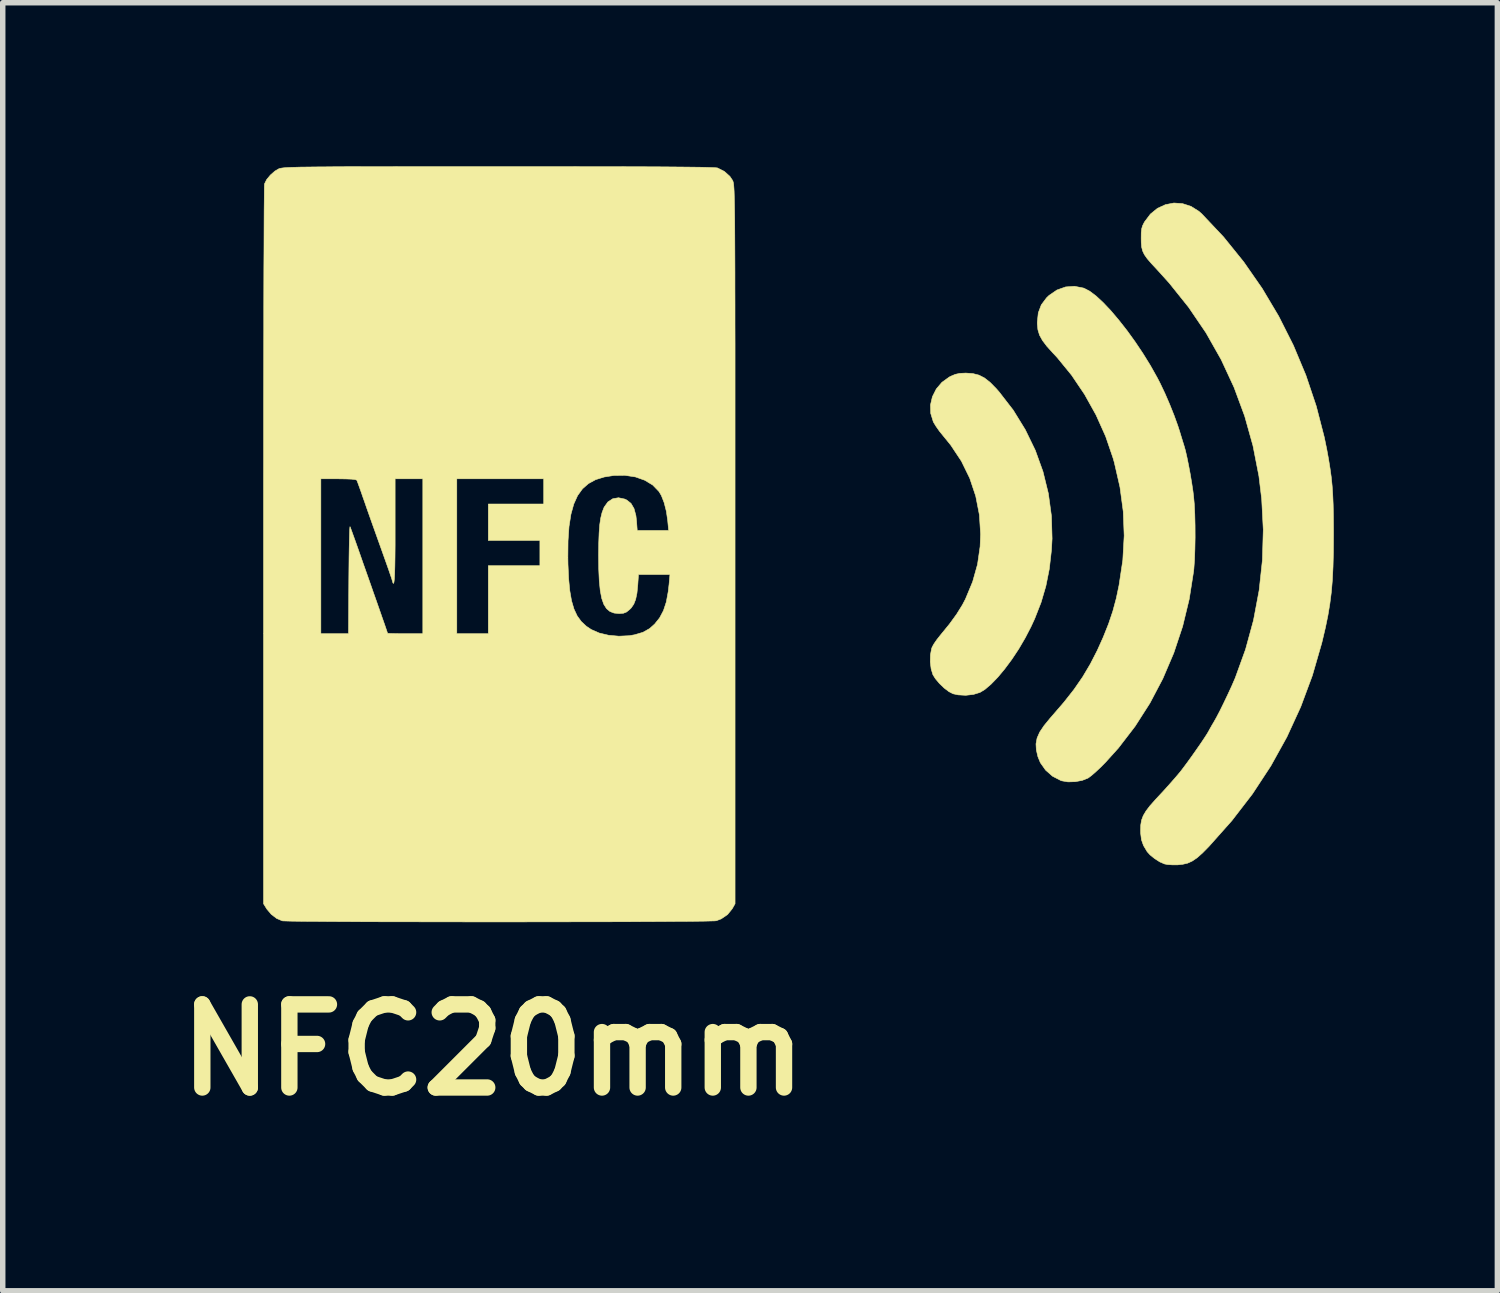
<source format=kicad_pcb>
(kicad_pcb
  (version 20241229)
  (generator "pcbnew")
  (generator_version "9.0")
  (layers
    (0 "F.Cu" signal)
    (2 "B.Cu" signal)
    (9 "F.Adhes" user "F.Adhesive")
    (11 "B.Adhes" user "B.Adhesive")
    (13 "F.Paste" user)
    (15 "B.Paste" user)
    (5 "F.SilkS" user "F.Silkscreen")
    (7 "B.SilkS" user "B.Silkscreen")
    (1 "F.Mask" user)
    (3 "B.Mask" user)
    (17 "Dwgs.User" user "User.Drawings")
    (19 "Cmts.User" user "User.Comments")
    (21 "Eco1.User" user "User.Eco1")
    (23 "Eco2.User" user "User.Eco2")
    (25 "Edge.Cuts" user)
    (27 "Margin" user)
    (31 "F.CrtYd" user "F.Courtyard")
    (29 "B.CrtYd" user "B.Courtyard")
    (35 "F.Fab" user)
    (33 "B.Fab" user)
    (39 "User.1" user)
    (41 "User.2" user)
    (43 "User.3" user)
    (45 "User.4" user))
  (footprint "NFC20mm"
    (layer "F.Cu")
    (at 11.054 7.024)
    (property "Reference" "NFC20mm" (at -5.06 9.18 0) (layer "F.SilkS") (effects (font (size 1.524 1.524) (thickness 0.3))))
    (attr through_hole)
    (fp_poly (pts (xy 3.612 -3.232) (xy 3.738 -3.223) (xy 3.848 -3.195) (xy 3.95 -3.143) (xy 4.054 -3.061) (xy 4.167 -2.946) (xy 4.217 -2.889) (xy 4.478 -2.552) (xy 4.699 -2.193) (xy 4.882 -1.816) (xy 5.023 -1.425) (xy 5.122 -1.022) (xy 5.178 -0.611) (xy 5.19 -0.196) (xy 5.178 0.017) (xy 5.139 0.36) (xy 5.076 0.674) (xy 4.988 0.974) (xy 4.87 1.275) (xy 4.801 1.424) (xy 4.696 1.626) (xy 4.579 1.826) (xy 4.453 2.016) (xy 4.323 2.191) (xy 4.194 2.346) (xy 4.07 2.474) (xy 3.956 2.571) (xy 3.868 2.624) (xy 3.748 2.661) (xy 3.607 2.677) (xy 3.466 2.669) (xy 3.374 2.649) (xy 3.298 2.61) (xy 3.21 2.543) (xy 3.123 2.459) (xy 3.049 2.371) (xy 3.004 2.298) (xy 2.972 2.193) (xy 2.956 2.066) (xy 2.959 1.936) (xy 2.98 1.823) (xy 2.99 1.794) (xy 3.022 1.736) (xy 3.074 1.66) (xy 3.137 1.58) (xy 3.146 1.569) (xy 3.309 1.369) (xy 3.439 1.19) (xy 3.543 1.023) (xy 3.6 0.915) (xy 3.733 0.595) (xy 3.823 0.275) (xy 3.87 -0.051) (xy 3.879 -0.277) (xy 3.857 -0.632) (xy 3.79 -0.975) (xy 3.68 -1.304) (xy 3.527 -1.617) (xy 3.331 -1.912) (xy 3.196 -2.078) (xy 3.126 -2.164) (xy 3.062 -2.255) (xy 3.015 -2.332) (xy 3.01 -2.344) (xy 2.964 -2.494) (xy 2.96 -2.648) (xy 2.995 -2.799) (xy 3.066 -2.94) (xy 3.17 -3.063) (xy 3.305 -3.16) (xy 3.33 -3.173) (xy 3.414 -3.209) (xy 3.497 -3.227) (xy 3.601 -3.232) (xy 3.612 -3.232)) (stroke (width 0.01) (type solid)) (fill yes) (layer "F.SilkS"))
    (fp_poly (pts (xy 5.768 -4.791) (xy 5.78 -4.786) (xy 5.88 -4.734) (xy 5.998 -4.645) (xy 6.128 -4.524) (xy 6.269 -4.375) (xy 6.415 -4.202) (xy 6.565 -4.011) (xy 6.713 -3.806) (xy 6.857 -3.591) (xy 6.993 -3.371) (xy 7.117 -3.15) (xy 7.171 -3.046) (xy 7.259 -2.861) (xy 7.346 -2.66) (xy 7.427 -2.457) (xy 7.495 -2.269) (xy 7.527 -2.171) (xy 7.557 -2.071) (xy 7.587 -1.974) (xy 7.61 -1.9) (xy 7.611 -1.898) (xy 7.636 -1.809) (xy 7.664 -1.686) (xy 7.694 -1.538) (xy 7.724 -1.378) (xy 7.751 -1.216) (xy 7.774 -1.063) (xy 7.784 -0.981) (xy 7.798 -0.829) (xy 7.807 -0.642) (xy 7.812 -0.435) (xy 7.813 -0.218) (xy 7.809 -0.006) (xy 7.802 0.191) (xy 7.79 0.358) (xy 7.785 0.404) (xy 7.705 0.913) (xy 7.584 1.413) (xy 7.422 1.9) (xy 7.221 2.371) (xy 6.984 2.821) (xy 6.712 3.246) (xy 6.407 3.643) (xy 6.17 3.906) (xy 6.08 3.997) (xy 5.991 4.08) (xy 5.914 4.147) (xy 5.857 4.19) (xy 5.851 4.194) (xy 5.744 4.237) (xy 5.615 4.261) (xy 5.482 4.265) (xy 5.366 4.245) (xy 5.349 4.239) (xy 5.198 4.161) (xy 5.071 4.049) (xy 4.975 3.913) (xy 4.93 3.803) (xy 4.901 3.679) (xy 4.895 3.568) (xy 4.915 3.461) (xy 4.963 3.352) (xy 5.043 3.233) (xy 5.156 3.095) (xy 5.19 3.056) (xy 5.406 2.806) (xy 5.591 2.571) (xy 5.75 2.341) (xy 5.89 2.105) (xy 6.019 1.854) (xy 6.127 1.614) (xy 6.226 1.366) (xy 6.304 1.134) (xy 6.368 0.896) (xy 6.418 0.658) (xy 6.487 0.199) (xy 6.512 -0.25) (xy 6.495 -0.694) (xy 6.435 -1.14) (xy 6.331 -1.594) (xy 6.308 -1.674) (xy 6.172 -2.072) (xy 5.996 -2.464) (xy 5.786 -2.841) (xy 5.547 -3.195) (xy 5.283 -3.518) (xy 5.209 -3.597) (xy 5.095 -3.723) (xy 5.014 -3.83) (xy 4.96 -3.928) (xy 4.93 -4.026) (xy 4.919 -4.133) (xy 4.919 -4.166) (xy 4.937 -4.337) (xy 4.992 -4.483) (xy 5.088 -4.612) (xy 5.136 -4.658) (xy 5.28 -4.756) (xy 5.437 -4.812) (xy 5.601 -4.824) (xy 5.768 -4.791)) (stroke (width 0.01) (type solid)) (fill yes) (layer "F.SilkS"))
    (fp_poly (pts (xy 7.582 -6.34) (xy 7.737 -6.29) (xy 7.882 -6.199) (xy 7.937 -6.15) (xy 8.336 -5.727) (xy 8.705 -5.27) (xy 9.043 -4.784) (xy 9.347 -4.273) (xy 9.615 -3.741) (xy 9.845 -3.191) (xy 10.034 -2.628) (xy 10.182 -2.055) (xy 10.227 -1.836) (xy 10.261 -1.649) (xy 10.288 -1.481) (xy 10.31 -1.322) (xy 10.326 -1.163) (xy 10.337 -0.997) (xy 10.345 -0.815) (xy 10.349 -0.607) (xy 10.351 -0.365) (xy 10.351 -0.254) (xy 10.349 0.052) (xy 10.342 0.321) (xy 10.33 0.563) (xy 10.311 0.785) (xy 10.284 0.997) (xy 10.249 1.209) (xy 10.204 1.429) (xy 10.148 1.667) (xy 10.135 1.72) (xy 9.963 2.315) (xy 9.75 2.888) (xy 9.496 3.441) (xy 9.201 3.973) (xy 8.865 4.485) (xy 8.486 4.977) (xy 8.068 5.447) (xy 7.949 5.568) (xy 7.85 5.656) (xy 7.76 5.717) (xy 7.674 5.756) (xy 7.582 5.777) (xy 7.497 5.786) (xy 7.401 5.787) (xy 7.312 5.781) (xy 7.252 5.77) (xy 7.165 5.732) (xy 7.071 5.672) (xy 6.987 5.604) (xy 6.933 5.544) (xy 6.866 5.431) (xy 6.829 5.326) (xy 6.814 5.206) (xy 6.813 5.154) (xy 6.816 5.054) (xy 6.831 4.966) (xy 6.862 4.884) (xy 6.912 4.799) (xy 6.986 4.702) (xy 7.089 4.586) (xy 7.146 4.525) (xy 7.247 4.416) (xy 7.352 4.299) (xy 7.45 4.187) (xy 7.529 4.094) (xy 7.54 4.081) (xy 7.599 4.004) (xy 7.671 3.907) (xy 7.751 3.796) (xy 7.832 3.681) (xy 7.91 3.569) (xy 7.978 3.468) (xy 8.031 3.386) (xy 8.063 3.332) (xy 8.066 3.325) (xy 8.087 3.287) (xy 8.122 3.225) (xy 8.152 3.175) (xy 8.205 3.081) (xy 8.271 2.955) (xy 8.342 2.81) (xy 8.415 2.657) (xy 8.484 2.508) (xy 8.542 2.374) (xy 8.55 2.355) (xy 8.738 1.835) (xy 8.884 1.3) (xy 8.987 0.753) (xy 9.047 0.198) (xy 9.063 -0.361) (xy 9.034 -0.92) (xy 8.983 -1.343) (xy 8.874 -1.9) (xy 8.722 -2.443) (xy 8.527 -2.97) (xy 8.291 -3.479) (xy 8.013 -3.97) (xy 7.694 -4.439) (xy 7.336 -4.886) (xy 7.119 -5.126) (xy 7.013 -5.24) (xy 6.936 -5.329) (xy 6.883 -5.404) (xy 6.85 -5.473) (xy 6.832 -5.545) (xy 6.825 -5.628) (xy 6.824 -5.703) (xy 6.825 -5.806) (xy 6.833 -5.879) (xy 6.85 -5.936) (xy 6.879 -5.994) (xy 6.886 -6.006) (xy 6.993 -6.148) (xy 7.123 -6.254) (xy 7.269 -6.321) (xy 7.424 -6.351) (xy 7.582 -6.34)) (stroke (width 0.01) (type solid)) (fill yes) (layer "F.SilkS"))
    (fp_poly (pts (xy -4.421 -7.019) (xy -3.924 -7.019) (xy -3.471 -7.018) (xy -3.06 -7.018) (xy -2.69 -7.017) (xy -2.359 -7.016) (xy -2.067 -7.015) (xy -1.812 -7.013) (xy -1.592 -7.011) (xy -1.407 -7.009) (xy -1.255 -7.007) (xy -1.134 -7.004) (xy -1.044 -7.001) (xy -0.983 -6.998) (xy -0.95 -6.995) (xy -0.944 -6.993) (xy -0.821 -6.931) (xy -0.719 -6.84) (xy -0.669 -6.765) (xy -0.665 -6.756) (xy -0.661 -6.745) (xy -0.657 -6.731) (xy -0.653 -6.713) (xy -0.65 -6.689) (xy -0.647 -6.656) (xy -0.644 -6.615) (xy -0.641 -6.562) (xy -0.639 -6.497) (xy -0.637 -6.418) (xy -0.635 -6.323) (xy -0.633 -6.211) (xy -0.631 -6.079) (xy -0.63 -5.927) (xy -0.629 -5.753) (xy -0.628 -5.555) (xy -0.627 -5.332) (xy -0.626 -5.082) (xy -0.626 -4.803) (xy -0.625 -4.494) (xy -0.625 -4.153) (xy -0.624 -3.779) (xy -0.624 -3.37) (xy -0.624 -2.925) (xy -0.624 -2.441) (xy -0.624 -1.917) (xy -0.624 -1.352) (xy -0.624 -0.744) (xy -0.624 -0.092) (xy -0.624 -0.088) (xy -0.624 6.5) (xy -0.676 6.592) (xy -0.762 6.698) (xy -0.878 6.777) (xy -0.967 6.811) (xy -0.999 6.814) (xy -1.074 6.816) (xy -1.19 6.819) (xy -1.343 6.821) (xy -1.531 6.823) (xy -1.75 6.824) (xy -1.997 6.826) (xy -2.271 6.827) (xy -2.567 6.829) (xy -2.883 6.83) (xy -3.216 6.831) (xy -3.563 6.831) (xy -3.921 6.832) (xy -4.287 6.832) (xy -4.658 6.833) (xy -5.032 6.833) (xy -5.405 6.833) (xy -5.774 6.832) (xy -6.137 6.832) (xy -6.49 6.831) (xy -6.831 6.831) (xy -7.157 6.83) (xy -7.464 6.829) (xy -7.751 6.827) (xy -8.013 6.826) (xy -8.249 6.824) (xy -8.454 6.823) (xy -8.627 6.821) (xy -8.763 6.819) (xy -8.862 6.816) (xy -8.918 6.814) (xy -8.93 6.812) (xy -9.031 6.769) (xy -9.129 6.694) (xy -9.21 6.598) (xy -9.217 6.587) (xy -9.271 6.5) (xy -9.271 -0.069) (xy -9.271 -0.618) (xy -9.271 -1.154) (xy -9.271 -1.293) (xy -8.22 -1.293) (xy -8.22 1.547) (xy -7.713 1.547) (xy -7.707 0.548) (xy -7.705 0.34) (xy -7.703 0.148) (xy -7.7 -0.023) (xy -7.697 -0.169) (xy -7.694 -0.285) (xy -7.691 -0.367) (xy -7.687 -0.41) (xy -7.685 -0.416) (xy -7.68 -0.403) (xy -7.672 -0.383) (xy -7.661 -0.353) (xy -7.645 -0.309) (xy -7.623 -0.248) (xy -7.593 -0.165) (xy -7.555 -0.058) (xy -7.507 0.078) (xy -7.449 0.245) (xy -7.377 0.448) (xy -7.292 0.69) (xy -7.264 0.771) (xy -7.201 0.949) (xy -7.144 1.112) (xy -7.094 1.256) (xy -7.052 1.375) (xy -7.021 1.466) (xy -7.002 1.522) (xy -6.997 1.539) (xy -6.975 1.542) (xy -6.915 1.544) (xy -6.826 1.546) (xy -6.715 1.547) (xy -6.673 1.547) (xy -6.35 1.547) (xy -6.35 -1.293) (xy -5.727 -1.293) (xy -5.727 1.547) (xy -5.149 1.547) (xy -5.149 0.3) (xy -4.203 0.3) (xy -4.203 0.146) (xy -3.69 0.146) (xy -3.688 0.274) (xy -3.676 0.536) (xy -3.655 0.757) (xy -3.623 0.942) (xy -3.578 1.095) (xy -3.519 1.221) (xy -3.444 1.324) (xy -3.352 1.41) (xy -3.261 1.471) (xy -3.115 1.535) (xy -2.942 1.576) (xy -2.754 1.593) (xy -2.564 1.584) (xy -2.466 1.567) (xy -2.314 1.522) (xy -2.191 1.453) (xy -2.098 1.37) (xy -2.007 1.256) (xy -1.937 1.124) (xy -1.885 0.967) (xy -1.85 0.778) (xy -1.834 0.641) (xy -1.818 0.462) (xy -2.395 0.462) (xy -2.408 0.652) (xy -2.423 0.804) (xy -2.447 0.918) (xy -2.481 1.005) (xy -2.529 1.075) (xy -2.556 1.102) (xy -2.615 1.15) (xy -2.671 1.172) (xy -2.749 1.178) (xy -2.75 1.178) (xy -2.842 1.169) (xy -2.918 1.14) (xy -2.981 1.087) (xy -3.031 1.008) (xy -3.069 0.899) (xy -3.096 0.758) (xy -3.114 0.58) (xy -3.124 0.362) (xy -3.127 0.104) (xy -3.124 -0.118) (xy -3.117 -0.301) (xy -3.106 -0.449) (xy -3.088 -0.571) (xy -3.064 -0.671) (xy -3.032 -0.756) (xy -3.024 -0.774) (xy -2.956 -0.869) (xy -2.866 -0.928) (xy -2.761 -0.946) (xy -2.648 -0.922) (xy -2.61 -0.904) (xy -2.532 -0.842) (xy -2.477 -0.748) (xy -2.442 -0.618) (xy -2.431 -0.521) (xy -2.418 -0.346) (xy -1.842 -0.346) (xy -1.859 -0.525) (xy -1.884 -0.698) (xy -1.924 -0.855) (xy -1.975 -0.986) (xy -2.019 -1.06) (xy -2.133 -1.178) (xy -2.28 -1.267) (xy -2.452 -1.328) (xy -2.644 -1.357) (xy -2.85 -1.354) (xy -3.026 -1.326) (xy -3.18 -1.278) (xy -3.312 -1.206) (xy -3.422 -1.11) (xy -3.512 -0.985) (xy -3.582 -0.83) (xy -3.634 -0.642) (xy -3.669 -0.418) (xy -3.687 -0.157) (xy -3.69 0.146) (xy -4.203 0.146) (xy -4.203 -0.162) (xy -5.149 -0.162) (xy -5.149 -0.831) (xy -4.133 -0.831) (xy -4.133 -1.293) (xy -5.727 -1.293) (xy -6.35 -1.293) (xy -6.858 -1.293) (xy -6.858 -0.335) (xy -6.858 -0.074) (xy -6.86 0.143) (xy -6.863 0.317) (xy -6.867 0.45) (xy -6.872 0.545) (xy -6.879 0.603) (xy -6.888 0.626) (xy -6.898 0.616) (xy -6.91 0.574) (xy -6.911 0.572) (xy -6.921 0.537) (xy -6.946 0.464) (xy -6.981 0.361) (xy -7.026 0.234) (xy -7.078 0.088) (xy -7.134 -0.069) (xy -7.197 -0.245) (xy -7.261 -0.424) (xy -7.322 -0.596) (xy -7.377 -0.752) (xy -7.422 -0.882) (xy -7.447 -0.952) (xy -7.485 -1.062) (xy -7.519 -1.157) (xy -7.545 -1.228) (xy -7.56 -1.266) (xy -7.562 -1.269) (xy -7.591 -1.279) (xy -7.66 -1.287) (xy -7.764 -1.291) (xy -7.897 -1.293) (xy -8.22 -1.293) (xy -9.271 -1.293) (xy -9.27 -1.678) (xy -9.27 -2.185) (xy -9.27 -2.676) (xy -9.269 -3.147) (xy -9.268 -3.598) (xy -9.267 -4.025) (xy -9.267 -4.428) (xy -9.266 -4.805) (xy -9.265 -5.153) (xy -9.263 -5.47) (xy -9.262 -5.756) (xy -9.261 -6.008) (xy -9.26 -6.223) (xy -9.258 -6.401) (xy -9.257 -6.54) (xy -9.256 -6.637) (xy -9.254 -6.691) (xy -9.253 -6.702) (xy -9.214 -6.781) (xy -9.145 -6.864) (xy -9.062 -6.937) (xy -8.994 -6.977) (xy -8.981 -6.982) (xy -8.964 -6.987) (xy -8.942 -6.991) (xy -8.913 -6.995) (xy -8.874 -6.999) (xy -8.823 -7.002) (xy -8.759 -7.005) (xy -8.679 -7.007) (xy -8.581 -7.01) (xy -8.462 -7.011) (xy -8.322 -7.013) (xy -8.158 -7.014) (xy -7.967 -7.016) (xy -7.748 -7.017) (xy -7.499 -7.017) (xy -7.217 -7.018) (xy -6.901 -7.018) (xy -6.548 -7.019) (xy -6.156 -7.019) (xy -5.723 -7.019) (xy -5.247 -7.019) (xy -4.962 -7.019) (xy -4.421 -7.019)) (stroke (width 0.01) (type solid)) (fill yes) (layer "F.SilkS")))
  (gr_rect
    (start -3 -3)
    (end 24.41 20.622)
    (stroke (width 0.1) (type default))
    (fill no)
    (layer "Edge.Cuts")))
</source>
